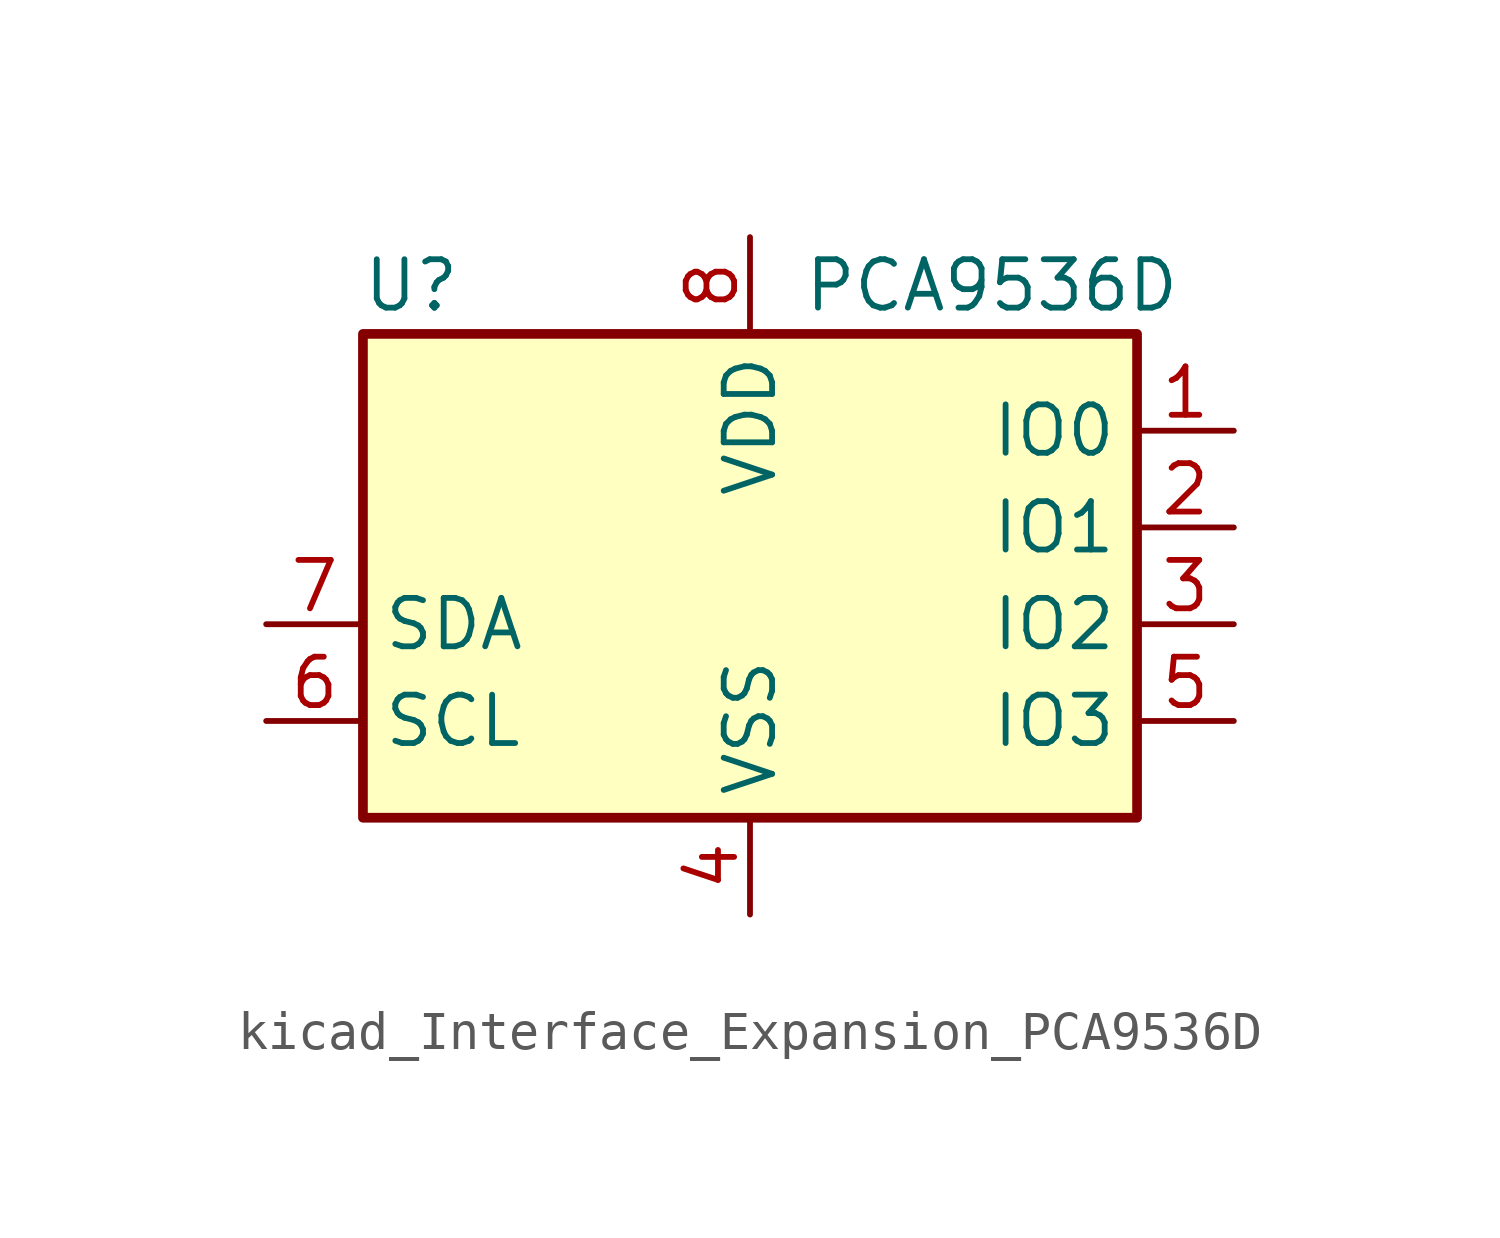
<source format=kicad_sym>
(kicad_symbol_lib
  (version 20220914)
  (generator kicad_symbol_editor)
  (symbol "kicad_Interface_Expansion_PCA9536D"
    (property "Reference" "U"
      (at -8.89 6.35 0)
      (effects (font (size 1.27 1.27))))
    (property "Value" "PCA9536D"
      (at 6.35 6.35 0)
      (effects (font (size 1.27 1.27))))
    (symbol "kicad_Interface_Expansion_PCA9536D_0_1"
      (rectangle (start -10.16 5.08) (end 10.16 -7.62) (stroke (width 0.254) (type default)) (fill (type background))))
    (symbol "kicad_Interface_Expansion_PCA9536D_1_1"
      (pin bidirectional line (at 12.7 2.54 180) (length 2.54) (name "IO0" (effects (font (size 1.27 1.27)))) (number "1" (effects (font (size 1.27 1.27)))))
      (pin bidirectional line (at 12.7 0 180) (length 2.54) (name "IO1" (effects (font (size 1.27 1.27)))) (number "2" (effects (font (size 1.27 1.27)))))
      (pin bidirectional line (at 12.7 -2.54 180) (length 2.54) (name "IO2" (effects (font (size 1.27 1.27)))) (number "3" (effects (font (size 1.27 1.27)))))
      (pin power_in line (at 0 -10.16 90) (length 2.54) (name "VSS" (effects (font (size 1.27 1.27)))) (number "4" (effects (font (size 1.27 1.27)))))
      (pin bidirectional line (at 12.7 -5.08 180) (length 2.54) (name "IO3" (effects (font (size 1.27 1.27)))) (number "5" (effects (font (size 1.27 1.27)))))
      (pin input line (at -12.7 -5.08 0) (length 2.54) (name "SCL" (effects (font (size 1.27 1.27)))) (number "6" (effects (font (size 1.27 1.27)))))
      (pin bidirectional line (at -12.7 -2.54 0) (length 2.54) (name "SDA" (effects (font (size 1.27 1.27)))) (number "7" (effects (font (size 1.27 1.27)))))
      (pin power_in line (at 0 7.62 270) (length 2.54) (name "VDD" (effects (font (size 1.27 1.27)))) (number "8" (effects (font (size 1.27 1.27))))))))
</source>
